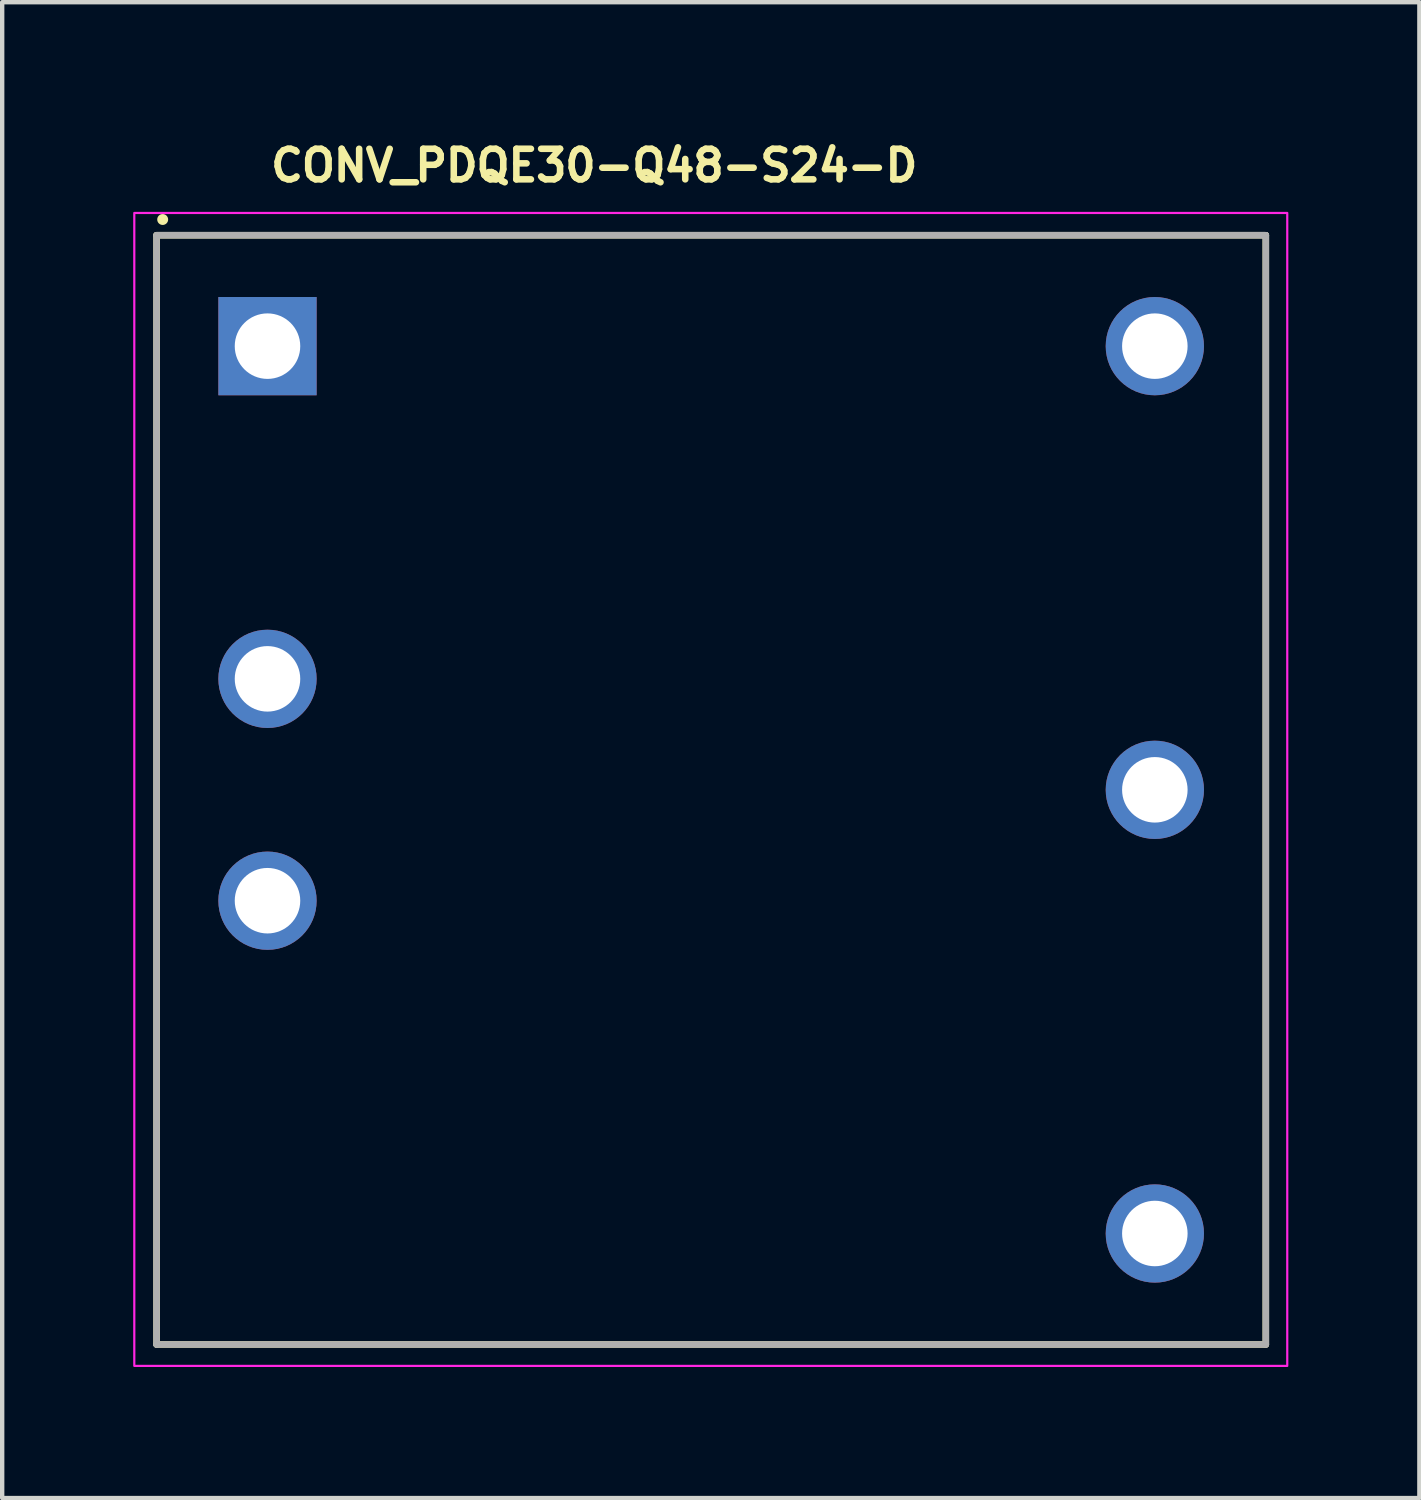
<source format=kicad_pcb>
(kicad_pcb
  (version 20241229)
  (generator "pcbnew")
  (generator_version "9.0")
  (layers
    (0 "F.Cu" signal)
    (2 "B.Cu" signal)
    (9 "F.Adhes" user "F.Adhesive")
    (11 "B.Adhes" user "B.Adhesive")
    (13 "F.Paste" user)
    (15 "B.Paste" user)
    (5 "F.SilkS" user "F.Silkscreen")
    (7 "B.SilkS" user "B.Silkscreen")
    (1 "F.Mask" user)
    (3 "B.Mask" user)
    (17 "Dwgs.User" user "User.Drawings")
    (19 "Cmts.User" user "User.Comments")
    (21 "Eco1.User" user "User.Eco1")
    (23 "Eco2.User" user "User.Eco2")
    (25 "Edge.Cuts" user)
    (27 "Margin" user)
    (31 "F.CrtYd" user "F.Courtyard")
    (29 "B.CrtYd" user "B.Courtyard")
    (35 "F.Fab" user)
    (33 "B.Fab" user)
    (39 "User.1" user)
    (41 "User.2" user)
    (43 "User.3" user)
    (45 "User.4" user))
  (footprint "CONV_PDQE30-Q48-S24-D"
    (layer "F.Cu")
    (at 3.075 4.876)
    (property "Reference" "CONV_PDQE30-Q48-S24-D" (at 0 -3.726 0) (layer "F.SilkS") (effects (font (size 0.7 0.7) (thickness 0.15)) (justify left bottom)))
    (attr through_hole)
    (fp_line (start -2.54 -2.54) (end 22.859 -2.54) (stroke (width 0.15) (type solid)) (layer "F.SilkS"))
    (fp_line (start -2.54 22.859) (end -2.54 -2.54) (stroke (width 0.15) (type solid)) (layer "F.SilkS"))
    (fp_line (start 22.859 -2.54) (end 22.859 22.859) (stroke (width 0.15) (type solid)) (layer "F.SilkS"))
    (fp_line (start 22.859 22.859) (end -2.54 22.859) (stroke (width 0.15) (type solid)) (layer "F.SilkS"))
    (fp_circle (center -2.4 -2.9) (end -2.35 -2.9) (stroke (width 0.15) (type solid)) (fill yes) (layer "F.SilkS"))
    (fp_rect (start -3.05 -3.05) (end 23.35 23.35) (stroke (width 0.05) (type solid)) (fill no) (layer "F.CrtYd"))
    (fp_line (start -2.54 -2.54) (end 22.859 -2.54) (stroke (width 0.15) (type solid)) (layer "F.Fab"))
    (fp_line (start -2.54 22.859) (end -2.54 -2.54) (stroke (width 0.15) (type solid)) (layer "F.Fab"))
    (fp_line (start 22.859 -2.54) (end 22.859 22.859) (stroke (width 0.15) (type solid)) (layer "F.Fab"))
    (fp_line (start 22.859 22.859) (end -2.54 22.859) (stroke (width 0.15) (type solid)) (layer "F.Fab"))
    (fp_rect (start -2.54 -2.54) (end 22.859 22.859) (stroke (width 0.1) (type solid)) (fill no) (layer "User.5"))
    (fp_rect (start -2.54 -2.54) (end 22.859 22.859) (stroke (width 0.1) (type solid)) (fill no) (layer "User.5"))
    (fp_rect (start -2.54 -2.54) (end 22.859 22.859) (stroke (width 0.1) (type solid)) (fill no) (layer "User.5"))
    (fp_line (start -2.54 -2.182) (end -2.54 -2.161) (stroke (width 0.02) (type solid)) (layer "User.9"))
    (fp_line (start -2.54 -2.161) (end -2.54 -2.141) (stroke (width 0.02) (type solid)) (layer "User.9"))
    (fp_line (start -2.54 22.46) (end -2.54 -2.141) (stroke (width 0.02) (type solid)) (layer "User.9"))
    (fp_line (start -2.54 22.46) (end -2.54 22.478) (stroke (width 0.02) (type solid)) (layer "User.9"))
    (fp_line (start -2.54 22.478) (end -2.54 22.498) (stroke (width 0.02) (type solid)) (layer "User.9"))
    (fp_line (start -2.54 22.498) (end -2.536 22.518) (stroke (width 0.02) (type solid)) (layer "User.9"))
    (fp_line (start -2.536 -2.202) (end -2.54 -2.182) (stroke (width 0.02) (type solid)) (layer "User.9"))
    (fp_line (start -2.536 22.518) (end -2.532 22.539) (stroke (width 0.02) (type solid)) (layer "User.9"))
    (fp_line (start -2.532 -2.222) (end -2.536 -2.202) (stroke (width 0.02) (type solid)) (layer "User.9"))
    (fp_line (start -2.532 22.539) (end -2.528 22.559) (stroke (width 0.02) (type solid)) (layer "User.9"))
    (fp_line (start -2.528 -2.242) (end -2.532 -2.222) (stroke (width 0.02) (type solid)) (layer "User.9"))
    (fp_line (start -2.528 22.559) (end -2.524 22.577) (stroke (width 0.02) (type solid)) (layer "User.9"))
    (fp_line (start -2.524 -2.259) (end -2.528 -2.242) (stroke (width 0.02) (type solid)) (layer "User.9"))
    (fp_line (start -2.524 22.577) (end -2.516 22.597) (stroke (width 0.02) (type solid)) (layer "User.9"))
    (fp_line (start -2.516 -2.278) (end -2.524 -2.259) (stroke (width 0.02) (type solid)) (layer "User.9"))
    (fp_line (start -2.516 22.597) (end -2.509 22.614) (stroke (width 0.02) (type solid)) (layer "User.9"))
    (fp_line (start -2.509 -2.298) (end -2.516 -2.278) (stroke (width 0.02) (type solid)) (layer "User.9"))
    (fp_line (start -2.509 22.614) (end -2.501 22.632) (stroke (width 0.02) (type solid)) (layer "User.9"))
    (fp_line (start -2.501 -2.315) (end -2.509 -2.298) (stroke (width 0.02) (type solid)) (layer "User.9"))
    (fp_line (start -2.501 22.632) (end -2.492 22.649) (stroke (width 0.02) (type solid)) (layer "User.9"))
    (fp_line (start -2.492 -2.331) (end -2.501 -2.315) (stroke (width 0.02) (type solid)) (layer "User.9"))
    (fp_line (start -2.492 22.649) (end -2.484 22.667) (stroke (width 0.02) (type solid)) (layer "User.9"))
    (fp_line (start -2.484 -2.348) (end -2.492 -2.331) (stroke (width 0.02) (type solid)) (layer "User.9"))
    (fp_line (start -2.484 22.667) (end -2.472 22.681) (stroke (width 0.02) (type solid)) (layer "User.9"))
    (fp_line (start -2.472 -2.364) (end -2.484 -2.348) (stroke (width 0.02) (type solid)) (layer "User.9"))
    (fp_line (start -2.472 22.681) (end -2.461 22.699) (stroke (width 0.02) (type solid)) (layer "User.9"))
    (fp_line (start -2.461 -2.38) (end -2.472 -2.364) (stroke (width 0.02) (type solid)) (layer "User.9"))
    (fp_line (start -2.461 22.699) (end -2.449 22.713) (stroke (width 0.02) (type solid)) (layer "User.9"))
    (fp_line (start -2.449 -2.395) (end -2.461 -2.38) (stroke (width 0.02) (type solid)) (layer "User.9"))
    (fp_line (start -2.449 22.713) (end -2.437 22.728) (stroke (width 0.02) (type solid)) (layer "User.9"))
    (fp_line (start -2.437 -2.411) (end -2.449 -2.395) (stroke (width 0.02) (type solid)) (layer "User.9"))
    (fp_line (start -2.437 22.728) (end -2.423 22.742) (stroke (width 0.02) (type solid)) (layer "User.9"))
    (fp_line (start -2.423 -2.423) (end -2.437 -2.411) (stroke (width 0.02) (type solid)) (layer "User.9"))
    (fp_line (start -2.423 22.742) (end -2.411 22.754) (stroke (width 0.02) (type solid)) (layer "User.9"))
    (fp_line (start -2.411 -2.437) (end -2.423 -2.423) (stroke (width 0.02) (type solid)) (layer "User.9"))
    (fp_line (start -2.411 22.754) (end -2.395 22.768) (stroke (width 0.02) (type solid)) (layer "User.9"))
    (fp_line (start -2.395 -2.449) (end -2.411 -2.437) (stroke (width 0.02) (type solid)) (layer "User.9"))
    (fp_line (start -2.395 22.768) (end -2.38 22.78) (stroke (width 0.02) (type solid)) (layer "User.9"))
    (fp_line (start -2.38 -2.461) (end -2.395 -2.449) (stroke (width 0.02) (type solid)) (layer "User.9"))
    (fp_line (start -2.38 22.78) (end -2.364 22.789) (stroke (width 0.02) (type solid)) (layer "User.9"))
    (fp_line (start -2.364 -2.472) (end -2.38 -2.461) (stroke (width 0.02) (type solid)) (layer "User.9"))
    (fp_line (start -2.364 22.789) (end -2.348 22.8) (stroke (width 0.02) (type solid)) (layer "User.9"))
    (fp_line (start -2.348 -2.484) (end -2.364 -2.472) (stroke (width 0.02) (type solid)) (layer "User.9"))
    (fp_line (start -2.348 22.8) (end -2.331 22.809) (stroke (width 0.02) (type solid)) (layer "User.9"))
    (fp_line (start -2.331 -2.492) (end -2.348 -2.484) (stroke (width 0.02) (type solid)) (layer "User.9"))
    (fp_line (start -2.331 22.809) (end -2.315 22.818) (stroke (width 0.02) (type solid)) (layer "User.9"))
    (fp_line (start -2.315 -2.501) (end -2.331 -2.492) (stroke (width 0.02) (type solid)) (layer "User.9"))
    (fp_line (start -2.315 22.818) (end -2.298 22.827) (stroke (width 0.02) (type solid)) (layer "User.9"))
    (fp_line (start -2.298 -2.509) (end -2.315 -2.501) (stroke (width 0.02) (type solid)) (layer "User.9"))
    (fp_line (start -2.298 22.827) (end -2.278 22.835) (stroke (width 0.02) (type solid)) (layer "User.9"))
    (fp_line (start -2.278 -2.516) (end -2.298 -2.509) (stroke (width 0.02) (type solid)) (layer "User.9"))
    (fp_line (start -2.278 22.835) (end -2.259 22.841) (stroke (width 0.02) (type solid)) (layer "User.9"))
    (fp_line (start -2.259 -2.524) (end -2.278 -2.516) (stroke (width 0.02) (type solid)) (layer "User.9"))
    (fp_line (start -2.259 22.841) (end -2.242 22.847) (stroke (width 0.02) (type solid)) (layer "User.9"))
    (fp_line (start -2.242 -2.528) (end -2.259 -2.524) (stroke (width 0.02) (type solid)) (layer "User.9"))
    (fp_line (start -2.242 22.847) (end -2.222 22.85) (stroke (width 0.02) (type solid)) (layer "User.9"))
    (fp_line (start -2.222 -2.532) (end -2.242 -2.528) (stroke (width 0.02) (type solid)) (layer "User.9"))
    (fp_line (start -2.222 22.85) (end -2.202 22.853) (stroke (width 0.02) (type solid)) (layer "User.9"))
    (fp_line (start -2.202 -2.536) (end -2.222 -2.532) (stroke (width 0.02) (type solid)) (layer "User.9"))
    (fp_line (start -2.202 22.853) (end -2.182 22.856) (stroke (width 0.02) (type solid)) (layer "User.9"))
    (fp_line (start -2.182 -2.54) (end -2.202 -2.536) (stroke (width 0.02) (type solid)) (layer "User.9"))
    (fp_line (start -2.182 22.856) (end -2.161 22.859) (stroke (width 0.02) (type solid)) (layer "User.9"))
    (fp_line (start -2.161 -2.54) (end -2.182 -2.54) (stroke (width 0.02) (type solid)) (layer "User.9"))
    (fp_line (start -2.161 22.859) (end -2.141 22.859) (stroke (width 0.02) (type solid)) (layer "User.9"))
    (fp_line (start -2.141 -2.54) (end -2.161 -2.54) (stroke (width 0.02) (type solid)) (layer "User.9"))
    (fp_line (start -2.141 -2.54) (end 22.46 -2.54) (stroke (width 0.02) (type solid)) (layer "User.9"))
    (fp_line (start 22.46 -2.54) (end 22.478 -2.54) (stroke (width 0.02) (type solid)) (layer "User.9"))
    (fp_line (start 22.46 22.859) (end -2.141 22.859) (stroke (width 0.02) (type solid)) (layer "User.9"))
    (fp_line (start 22.46 22.859) (end 22.478 22.859) (stroke (width 0.02) (type solid)) (layer "User.9"))
    (fp_line (start 22.478 -2.54) (end 22.498 -2.54) (stroke (width 0.02) (type solid)) (layer "User.9"))
    (fp_line (start 22.478 22.859) (end 22.498 22.856) (stroke (width 0.02) (type solid)) (layer "User.9"))
    (fp_line (start 22.498 -2.54) (end 22.518 -2.536) (stroke (width 0.02) (type solid)) (layer "User.9"))
    (fp_line (start 22.498 22.856) (end 22.518 22.853) (stroke (width 0.02) (type solid)) (layer "User.9"))
    (fp_line (start 22.518 -2.536) (end 22.539 -2.532) (stroke (width 0.02) (type solid)) (layer "User.9"))
    (fp_line (start 22.518 22.853) (end 22.539 22.85) (stroke (width 0.02) (type solid)) (layer "User.9"))
    (fp_line (start 22.539 -2.532) (end 22.559 -2.528) (stroke (width 0.02) (type solid)) (layer "User.9"))
    (fp_line (start 22.539 22.85) (end 22.559 22.847) (stroke (width 0.02) (type solid)) (layer "User.9"))
    (fp_line (start 22.559 -2.528) (end 22.577 -2.524) (stroke (width 0.02) (type solid)) (layer "User.9"))
    (fp_line (start 22.559 22.847) (end 22.577 22.841) (stroke (width 0.02) (type solid)) (layer "User.9"))
    (fp_line (start 22.577 -2.524) (end 22.597 -2.516) (stroke (width 0.02) (type solid)) (layer "User.9"))
    (fp_line (start 22.577 22.841) (end 22.597 22.835) (stroke (width 0.02) (type solid)) (layer "User.9"))
    (fp_line (start 22.597 -2.516) (end 22.614 -2.509) (stroke (width 0.02) (type solid)) (layer "User.9"))
    (fp_line (start 22.597 22.835) (end 22.614 22.827) (stroke (width 0.02) (type solid)) (layer "User.9"))
    (fp_line (start 22.614 -2.509) (end 22.632 -2.501) (stroke (width 0.02) (type solid)) (layer "User.9"))
    (fp_line (start 22.614 22.827) (end 22.632 22.818) (stroke (width 0.02) (type solid)) (layer "User.9"))
    (fp_line (start 22.632 -2.501) (end 22.649 -2.492) (stroke (width 0.02) (type solid)) (layer "User.9"))
    (fp_line (start 22.632 22.818) (end 22.649 22.809) (stroke (width 0.02) (type solid)) (layer "User.9"))
    (fp_line (start 22.649 -2.492) (end 22.667 -2.484) (stroke (width 0.02) (type solid)) (layer "User.9"))
    (fp_line (start 22.649 22.809) (end 22.667 22.8) (stroke (width 0.02) (type solid)) (layer "User.9"))
    (fp_line (start 22.667 -2.484) (end 22.681 -2.472) (stroke (width 0.02) (type solid)) (layer "User.9"))
    (fp_line (start 22.667 22.8) (end 22.681 22.789) (stroke (width 0.02) (type solid)) (layer "User.9"))
    (fp_line (start 22.681 -2.472) (end 22.699 -2.461) (stroke (width 0.02) (type solid)) (layer "User.9"))
    (fp_line (start 22.681 22.789) (end 22.699 22.78) (stroke (width 0.02) (type solid)) (layer "User.9"))
    (fp_line (start 22.699 -2.461) (end 22.713 -2.449) (stroke (width 0.02) (type solid)) (layer "User.9"))
    (fp_line (start 22.699 22.78) (end 22.713 22.768) (stroke (width 0.02) (type solid)) (layer "User.9"))
    (fp_line (start 22.713 -2.449) (end 22.728 -2.437) (stroke (width 0.02) (type solid)) (layer "User.9"))
    (fp_line (start 22.713 22.768) (end 22.728 22.754) (stroke (width 0.02) (type solid)) (layer "User.9"))
    (fp_line (start 22.728 -2.437) (end 22.742 -2.423) (stroke (width 0.02) (type solid)) (layer "User.9"))
    (fp_line (start 22.728 22.754) (end 22.742 22.742) (stroke (width 0.02) (type solid)) (layer "User.9"))
    (fp_line (start 22.742 -2.423) (end 22.754 -2.411) (stroke (width 0.02) (type solid)) (layer "User.9"))
    (fp_line (start 22.742 22.742) (end 22.754 22.728) (stroke (width 0.02) (type solid)) (layer "User.9"))
    (fp_line (start 22.754 -2.411) (end 22.768 -2.395) (stroke (width 0.02) (type solid)) (layer "User.9"))
    (fp_line (start 22.754 22.728) (end 22.768 22.713) (stroke (width 0.02) (type solid)) (layer "User.9"))
    (fp_line (start 22.768 -2.395) (end 22.78 -2.38) (stroke (width 0.02) (type solid)) (layer "User.9"))
    (fp_line (start 22.768 22.713) (end 22.78 22.699) (stroke (width 0.02) (type solid)) (layer "User.9"))
    (fp_line (start 22.78 -2.38) (end 22.789 -2.364) (stroke (width 0.02) (type solid)) (layer "User.9"))
    (fp_line (start 22.78 22.699) (end 22.789 22.681) (stroke (width 0.02) (type solid)) (layer "User.9"))
    (fp_line (start 22.789 -2.364) (end 22.8 -2.348) (stroke (width 0.02) (type solid)) (layer "User.9"))
    (fp_line (start 22.789 22.681) (end 22.8 22.667) (stroke (width 0.02) (type solid)) (layer "User.9"))
    (fp_line (start 22.8 -2.348) (end 22.809 -2.331) (stroke (width 0.02) (type solid)) (layer "User.9"))
    (fp_line (start 22.8 22.667) (end 22.809 22.649) (stroke (width 0.02) (type solid)) (layer "User.9"))
    (fp_line (start 22.809 -2.331) (end 22.818 -2.315) (stroke (width 0.02) (type solid)) (layer "User.9"))
    (fp_line (start 22.809 22.649) (end 22.818 22.632) (stroke (width 0.02) (type solid)) (layer "User.9"))
    (fp_line (start 22.818 -2.315) (end 22.827 -2.298) (stroke (width 0.02) (type solid)) (layer "User.9"))
    (fp_line (start 22.818 22.632) (end 22.827 22.614) (stroke (width 0.02) (type solid)) (layer "User.9"))
    (fp_line (start 22.827 -2.298) (end 22.835 -2.278) (stroke (width 0.02) (type solid)) (layer "User.9"))
    (fp_line (start 22.827 22.614) (end 22.835 22.597) (stroke (width 0.02) (type solid)) (layer "User.9"))
    (fp_line (start 22.835 -2.278) (end 22.841 -2.259) (stroke (width 0.02) (type solid)) (layer "User.9"))
    (fp_line (start 22.835 22.597) (end 22.841 22.577) (stroke (width 0.02) (type solid)) (layer "User.9"))
    (fp_line (start 22.841 -2.259) (end 22.847 -2.242) (stroke (width 0.02) (type solid)) (layer "User.9"))
    (fp_line (start 22.841 22.577) (end 22.847 22.559) (stroke (width 0.02) (type solid)) (layer "User.9"))
    (fp_line (start 22.847 -2.242) (end 22.85 -2.222) (stroke (width 0.02) (type solid)) (layer "User.9"))
    (fp_line (start 22.847 22.559) (end 22.85 22.539) (stroke (width 0.02) (type solid)) (layer "User.9"))
    (fp_line (start 22.85 -2.222) (end 22.853 -2.202) (stroke (width 0.02) (type solid)) (layer "User.9"))
    (fp_line (start 22.85 22.539) (end 22.853 22.518) (stroke (width 0.02) (type solid)) (layer "User.9"))
    (fp_line (start 22.853 -2.202) (end 22.856 -2.182) (stroke (width 0.02) (type solid)) (layer "User.9"))
    (fp_line (start 22.853 22.518) (end 22.856 22.498) (stroke (width 0.02) (type solid)) (layer "User.9"))
    (fp_line (start 22.856 -2.182) (end 22.859 -2.161) (stroke (width 0.02) (type solid)) (layer "User.9"))
    (fp_line (start 22.856 22.498) (end 22.859 22.478) (stroke (width 0.02) (type solid)) (layer "User.9"))
    (fp_line (start 22.859 -2.161) (end 22.859 -2.141) (stroke (width 0.02) (type solid)) (layer "User.9"))
    (fp_line (start 22.859 -2.141) (end 22.859 22.46) (stroke (width 0.02) (type solid)) (layer "User.9"))
    (fp_line (start 22.859 22.478) (end 22.859 22.46) (stroke (width 0.02) (type solid)) (layer "User.9"))
    (pad "1" thru_hole rect (at 0 0) (size 2.25 2.25) (drill 1.5) (layers "*.Cu" "*.Mask"))
    (pad "2" thru_hole circle (at 0 7.618) (size 2.25 2.25) (drill 1.5) (layers "*.Cu" "*.Mask"))
    (pad "3" thru_hole circle (at 0 12.698) (size 2.25 2.25) (drill 1.5) (layers "*.Cu" "*.Mask"))
    (pad "4" thru_hole circle (at 20.318 20.318) (size 2.25 2.25) (drill 1.5) (layers "*.Cu" "*.Mask"))
    (pad "5" thru_hole circle (at 20.318 10.159) (size 2.25 2.25) (drill 1.5) (layers "*.Cu" "*.Mask"))
    (pad "6" thru_hole circle (at 20.318 0) (size 2.25 2.25) (drill 1.5) (layers "*.Cu" "*.Mask")))
  (gr_rect
    (start -3 -3)
    (end 29.45 31.251)
    (stroke (width 0.1) (type default))
    (fill no)
    (layer "Edge.Cuts")))
</source>
